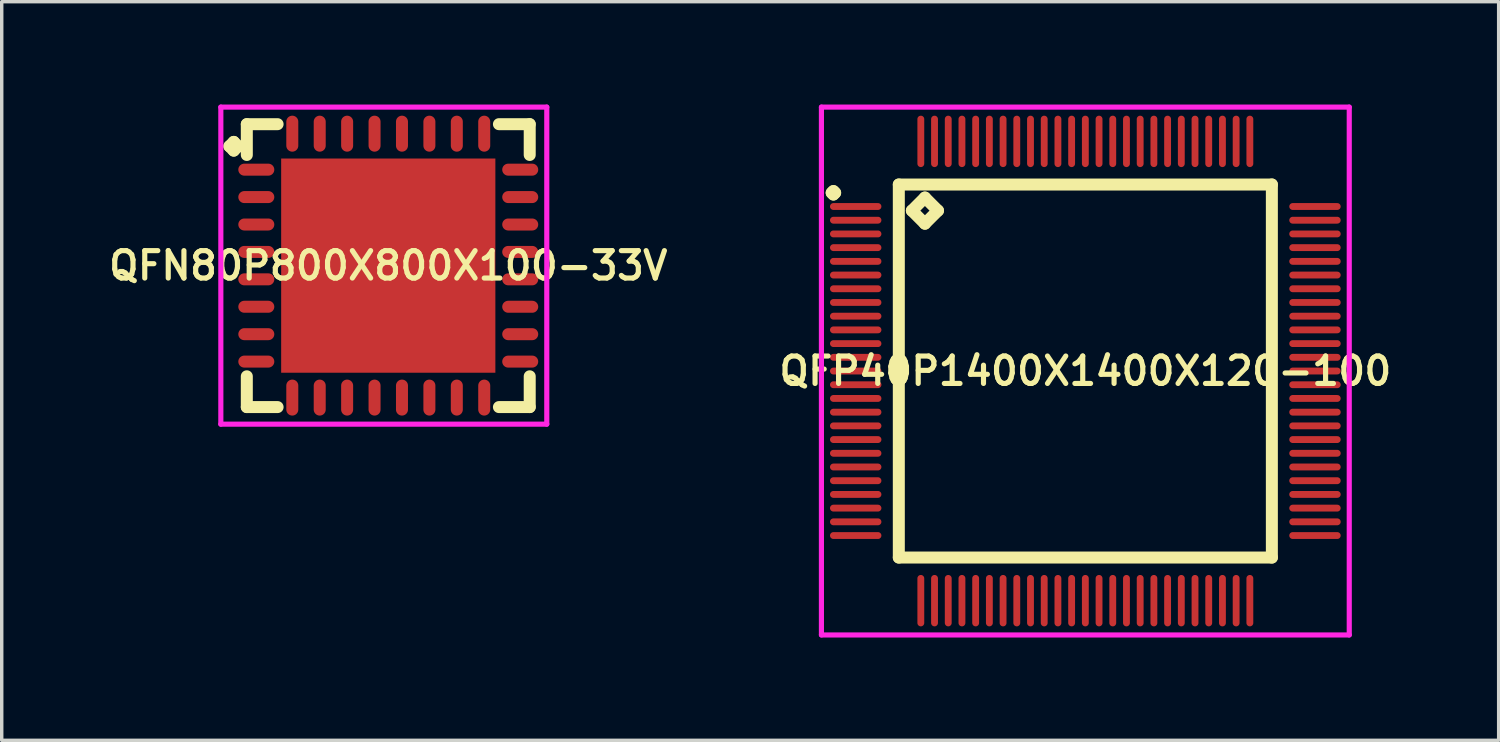
<source format=kicad_pcb>
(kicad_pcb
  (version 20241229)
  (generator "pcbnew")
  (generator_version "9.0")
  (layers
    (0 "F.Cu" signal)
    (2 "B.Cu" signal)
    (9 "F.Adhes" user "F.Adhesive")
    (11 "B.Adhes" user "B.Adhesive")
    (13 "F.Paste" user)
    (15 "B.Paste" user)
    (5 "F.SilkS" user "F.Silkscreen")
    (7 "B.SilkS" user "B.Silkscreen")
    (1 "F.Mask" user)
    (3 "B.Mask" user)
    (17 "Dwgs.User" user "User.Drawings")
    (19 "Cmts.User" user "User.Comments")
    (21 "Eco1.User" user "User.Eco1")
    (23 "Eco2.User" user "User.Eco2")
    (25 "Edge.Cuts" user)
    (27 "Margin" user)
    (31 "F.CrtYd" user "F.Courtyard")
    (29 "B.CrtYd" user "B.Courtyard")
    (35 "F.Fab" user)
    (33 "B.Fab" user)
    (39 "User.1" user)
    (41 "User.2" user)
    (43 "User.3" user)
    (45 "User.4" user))
  (footprint "QFN80P800X800X100-33V"
    (layer "F.Cu")
    (at 8.278 4.7)
    (property "Reference" "QFN80P800X800X100-33V" (at 0 0 0) (layer "F.SilkS") (effects (font (size 0.8 0.8) (thickness 0.15))))
    (attr smd)
    (fp_line (start -4.635 -3.483) (end -4.508 -3.61) (stroke (width 0.35) (type solid)) (layer "F.SilkS"))
    (fp_line (start -4.508 -3.61) (end -4.381 -3.483) (stroke (width 0.35) (type solid)) (layer "F.SilkS"))
    (fp_line (start -4.508 -3.356) (end -4.635 -3.483) (stroke (width 0.35) (type solid)) (layer "F.SilkS"))
    (fp_line (start -4.381 -3.483) (end -4.508 -3.356) (stroke (width 0.35) (type solid)) (layer "F.SilkS"))
    (fp_line (start -4.127 -4.127) (end -3.229 -4.127) (stroke (width 0.35) (type solid)) (layer "F.SilkS"))
    (fp_line (start -4.127 -3.229) (end -4.127 -4.127) (stroke (width 0.35) (type solid)) (layer "F.SilkS"))
    (fp_line (start -4.127 3.229) (end -4.127 4.127) (stroke (width 0.35) (type solid)) (layer "F.SilkS"))
    (fp_line (start -4.127 4.127) (end -3.229 4.127) (stroke (width 0.35) (type solid)) (layer "F.SilkS"))
    (fp_line (start 3.229 -4.127) (end 4.127 -4.127) (stroke (width 0.35) (type solid)) (layer "F.SilkS"))
    (fp_line (start 3.229 4.127) (end 4.127 4.127) (stroke (width 0.35) (type solid)) (layer "F.SilkS"))
    (fp_line (start 4.127 -4.127) (end 4.127 -3.229) (stroke (width 0.35) (type solid)) (layer "F.SilkS"))
    (fp_line (start 4.127 4.127) (end 4.127 3.229) (stroke (width 0.35) (type solid)) (layer "F.SilkS"))
    (fp_line (start -4.885 -4.625) (end 4.625 -4.625) (stroke (width 0.15) (type solid)) (layer "F.CrtYd"))
    (fp_line (start -4.885 4.625) (end -4.885 -4.625) (stroke (width 0.15) (type solid)) (layer "F.CrtYd"))
    (fp_line (start 4.625 -4.625) (end 4.625 4.625) (stroke (width 0.15) (type solid)) (layer "F.CrtYd"))
    (fp_line (start 4.625 4.625) (end -4.885 4.625) (stroke (width 0.15) (type solid)) (layer "F.CrtYd"))
    (pad "1" smd oval (at -3.85 -2.8) (size 1.05 0.35) (layers "F.Cu" "F.Mask" "F.Paste"))
    (pad "2" smd oval (at -3.85 -2) (size 1.05 0.35) (layers "F.Cu" "F.Mask" "F.Paste"))
    (pad "3" smd oval (at -3.85 -1.2) (size 1.05 0.35) (layers "F.Cu" "F.Mask" "F.Paste"))
    (pad "4" smd oval (at -3.85 -0.4) (size 1.05 0.35) (layers "F.Cu" "F.Mask" "F.Paste"))
    (pad "5" smd oval (at -3.85 0.4) (size 1.05 0.35) (layers "F.Cu" "F.Mask" "F.Paste"))
    (pad "6" smd oval (at -3.85 1.2) (size 1.05 0.35) (layers "F.Cu" "F.Mask" "F.Paste"))
    (pad "7" smd oval (at -3.85 2) (size 1.05 0.35) (layers "F.Cu" "F.Mask" "F.Paste"))
    (pad "8" smd oval (at -3.85 2.8) (size 1.05 0.35) (layers "F.Cu" "F.Mask" "F.Paste"))
    (pad "9" smd oval (at -2.8 3.85) (size 0.35 1.05) (layers "F.Cu" "F.Mask" "F.Paste"))
    (pad "10" smd oval (at -2 3.85) (size 0.35 1.05) (layers "F.Cu" "F.Mask" "F.Paste"))
    (pad "11" smd oval (at -1.2 3.85) (size 0.35 1.05) (layers "F.Cu" "F.Mask" "F.Paste"))
    (pad "12" smd oval (at -0.4 3.85) (size 0.35 1.05) (layers "F.Cu" "F.Mask" "F.Paste"))
    (pad "13" smd oval (at 0.4 3.85) (size 0.35 1.05) (layers "F.Cu" "F.Mask" "F.Paste"))
    (pad "14" smd oval (at 1.2 3.85) (size 0.35 1.05) (layers "F.Cu" "F.Mask" "F.Paste"))
    (pad "15" smd oval (at 2 3.85) (size 0.35 1.05) (layers "F.Cu" "F.Mask" "F.Paste"))
    (pad "16" smd oval (at 2.8 3.85) (size 0.35 1.05) (layers "F.Cu" "F.Mask" "F.Paste"))
    (pad "17" smd oval (at 3.85 2.8) (size 1.05 0.35) (layers "F.Cu" "F.Mask" "F.Paste"))
    (pad "18" smd oval (at 3.85 2) (size 1.05 0.35) (layers "F.Cu" "F.Mask" "F.Paste"))
    (pad "19" smd oval (at 3.85 1.2) (size 1.05 0.35) (layers "F.Cu" "F.Mask" "F.Paste"))
    (pad "20" smd oval (at 3.85 0.4) (size 1.05 0.35) (layers "F.Cu" "F.Mask" "F.Paste"))
    (pad "21" smd oval (at 3.85 -0.4) (size 1.05 0.35) (layers "F.Cu" "F.Mask" "F.Paste"))
    (pad "22" smd oval (at 3.85 -1.2) (size 1.05 0.35) (layers "F.Cu" "F.Mask" "F.Paste"))
    (pad "23" smd oval (at 3.85 -2) (size 1.05 0.35) (layers "F.Cu" "F.Mask" "F.Paste"))
    (pad "24" smd oval (at 3.85 -2.8) (size 1.05 0.35) (layers "F.Cu" "F.Mask" "F.Paste"))
    (pad "25" smd oval (at 2.8 -3.85) (size 0.35 1.05) (layers "F.Cu" "F.Mask" "F.Paste"))
    (pad "26" smd oval (at 2 -3.85) (size 0.35 1.05) (layers "F.Cu" "F.Mask" "F.Paste"))
    (pad "27" smd oval (at 1.2 -3.85) (size 0.35 1.05) (layers "F.Cu" "F.Mask" "F.Paste"))
    (pad "28" smd oval (at 0.4 -3.85) (size 0.35 1.05) (layers "F.Cu" "F.Mask" "F.Paste"))
    (pad "29" smd oval (at -0.4 -3.85) (size 0.35 1.05) (layers "F.Cu" "F.Mask" "F.Paste"))
    (pad "30" smd oval (at -1.2 -3.85) (size 0.35 1.05) (layers "F.Cu" "F.Mask" "F.Paste"))
    (pad "31" smd oval (at -2 -3.85) (size 0.35 1.05) (layers "F.Cu" "F.Mask" "F.Paste"))
    (pad "32" smd oval (at -2.8 -3.85) (size 0.35 1.05) (layers "F.Cu" "F.Mask" "F.Paste"))
    (pad "33" smd rect (at 0 0) (size 6.25 6.25) (layers "F.Cu" "F.Mask" "F.Paste")))
  (footprint "QFP40P1400X1400X120-100"
    (layer "F.Cu")
    (at 28.616 7.775)
    (property "Reference" "QFP40P1400X1400X120-100" (at 0 0 0) (layer "F.SilkS") (effects (font (size 0.8 0.8) (thickness 0.15))))
    (attr smd)
    (fp_line (start -7.4 -5.2) (end -7.35 -5.25) (stroke (width 0.35) (type solid)) (layer "F.SilkS"))
    (fp_line (start -7.35 -5.25) (end -7.3 -5.2) (stroke (width 0.35) (type solid)) (layer "F.SilkS"))
    (fp_line (start -7.35 -5.15) (end -7.4 -5.2) (stroke (width 0.35) (type solid)) (layer "F.SilkS"))
    (fp_line (start -7.3 -5.2) (end -7.35 -5.15) (stroke (width 0.35) (type solid)) (layer "F.SilkS"))
    (fp_line (start -5.442 -5.442) (end -5.442 5.442) (stroke (width 0.35) (type solid)) (layer "F.SilkS"))
    (fp_line (start -5.442 5.442) (end 5.442 5.442) (stroke (width 0.35) (type solid)) (layer "F.SilkS"))
    (fp_line (start -5.061 -4.68) (end -4.68 -5.061) (stroke (width 0.35) (type solid)) (layer "F.SilkS"))
    (fp_line (start -4.68 -5.061) (end -4.299 -4.68) (stroke (width 0.35) (type solid)) (layer "F.SilkS"))
    (fp_line (start -4.68 -4.299) (end -5.061 -4.68) (stroke (width 0.35) (type solid)) (layer "F.SilkS"))
    (fp_line (start -4.299 -4.68) (end -4.68 -4.299) (stroke (width 0.35) (type solid)) (layer "F.SilkS"))
    (fp_line (start 5.442 -5.442) (end -5.442 -5.442) (stroke (width 0.35) (type solid)) (layer "F.SilkS"))
    (fp_line (start 5.442 5.442) (end 5.442 -5.442) (stroke (width 0.35) (type solid)) (layer "F.SilkS"))
    (fp_line (start -7.7 -7.7) (end 7.7 -7.7) (stroke (width 0.15) (type solid)) (layer "F.CrtYd"))
    (fp_line (start -7.7 7.7) (end -7.7 -7.7) (stroke (width 0.15) (type solid)) (layer "F.CrtYd"))
    (fp_line (start 7.7 -7.7) (end 7.7 7.7) (stroke (width 0.15) (type solid)) (layer "F.CrtYd"))
    (fp_line (start 7.7 7.7) (end -7.7 7.7) (stroke (width 0.15) (type solid)) (layer "F.CrtYd"))
    (pad "1" smd oval (at -6.7 -4.8) (size 1.5 0.2) (layers "F.Cu" "F.Mask" "F.Paste"))
    (pad "2" smd oval (at -6.7 -4.4) (size 1.5 0.2) (layers "F.Cu" "F.Mask" "F.Paste"))
    (pad "3" smd oval (at -6.7 -4) (size 1.5 0.2) (layers "F.Cu" "F.Mask" "F.Paste"))
    (pad "4" smd oval (at -6.7 -3.6) (size 1.5 0.2) (layers "F.Cu" "F.Mask" "F.Paste"))
    (pad "5" smd oval (at -6.7 -3.2) (size 1.5 0.2) (layers "F.Cu" "F.Mask" "F.Paste"))
    (pad "6" smd oval (at -6.7 -2.8) (size 1.5 0.2) (layers "F.Cu" "F.Mask" "F.Paste"))
    (pad "7" smd oval (at -6.7 -2.4) (size 1.5 0.2) (layers "F.Cu" "F.Mask" "F.Paste"))
    (pad "8" smd oval (at -6.7 -2) (size 1.5 0.2) (layers "F.Cu" "F.Mask" "F.Paste"))
    (pad "9" smd oval (at -6.7 -1.6) (size 1.5 0.2) (layers "F.Cu" "F.Mask" "F.Paste"))
    (pad "10" smd oval (at -6.7 -1.2) (size 1.5 0.2) (layers "F.Cu" "F.Mask" "F.Paste"))
    (pad "11" smd oval (at -6.7 -0.8) (size 1.5 0.2) (layers "F.Cu" "F.Mask" "F.Paste"))
    (pad "12" smd oval (at -6.7 -0.4) (size 1.5 0.2) (layers "F.Cu" "F.Mask" "F.Paste"))
    (pad "13" smd oval (at -6.7 0) (size 1.5 0.2) (layers "F.Cu" "F.Mask" "F.Paste"))
    (pad "14" smd oval (at -6.7 0.4) (size 1.5 0.2) (layers "F.Cu" "F.Mask" "F.Paste"))
    (pad "15" smd oval (at -6.7 0.8) (size 1.5 0.2) (layers "F.Cu" "F.Mask" "F.Paste"))
    (pad "16" smd oval (at -6.7 1.2) (size 1.5 0.2) (layers "F.Cu" "F.Mask" "F.Paste"))
    (pad "17" smd oval (at -6.7 1.6) (size 1.5 0.2) (layers "F.Cu" "F.Mask" "F.Paste"))
    (pad "18" smd oval (at -6.7 2) (size 1.5 0.2) (layers "F.Cu" "F.Mask" "F.Paste"))
    (pad "19" smd oval (at -6.7 2.4) (size 1.5 0.2) (layers "F.Cu" "F.Mask" "F.Paste"))
    (pad "20" smd oval (at -6.7 2.8) (size 1.5 0.2) (layers "F.Cu" "F.Mask" "F.Paste"))
    (pad "21" smd oval (at -6.7 3.2) (size 1.5 0.2) (layers "F.Cu" "F.Mask" "F.Paste"))
    (pad "22" smd oval (at -6.7 3.6) (size 1.5 0.2) (layers "F.Cu" "F.Mask" "F.Paste"))
    (pad "23" smd oval (at -6.7 4) (size 1.5 0.2) (layers "F.Cu" "F.Mask" "F.Paste"))
    (pad "24" smd oval (at -6.7 4.4) (size 1.5 0.2) (layers "F.Cu" "F.Mask" "F.Paste"))
    (pad "25" smd oval (at -6.7 4.8) (size 1.5 0.2) (layers "F.Cu" "F.Mask" "F.Paste"))
    (pad "26" smd oval (at -4.8 6.7) (size 0.2 1.5) (layers "F.Cu" "F.Mask" "F.Paste"))
    (pad "27" smd oval (at -4.4 6.7) (size 0.2 1.5) (layers "F.Cu" "F.Mask" "F.Paste"))
    (pad "28" smd oval (at -4 6.7) (size 0.2 1.5) (layers "F.Cu" "F.Mask" "F.Paste"))
    (pad "29" smd oval (at -3.6 6.7) (size 0.2 1.5) (layers "F.Cu" "F.Mask" "F.Paste"))
    (pad "30" smd oval (at -3.2 6.7) (size 0.2 1.5) (layers "F.Cu" "F.Mask" "F.Paste"))
    (pad "31" smd oval (at -2.8 6.7) (size 0.2 1.5) (layers "F.Cu" "F.Mask" "F.Paste"))
    (pad "32" smd oval (at -2.4 6.7) (size 0.2 1.5) (layers "F.Cu" "F.Mask" "F.Paste"))
    (pad "33" smd oval (at -2 6.7) (size 0.2 1.5) (layers "F.Cu" "F.Mask" "F.Paste"))
    (pad "34" smd oval (at -1.6 6.7) (size 0.2 1.5) (layers "F.Cu" "F.Mask" "F.Paste"))
    (pad "35" smd oval (at -1.2 6.7) (size 0.2 1.5) (layers "F.Cu" "F.Mask" "F.Paste"))
    (pad "36" smd oval (at -0.8 6.7) (size 0.2 1.5) (layers "F.Cu" "F.Mask" "F.Paste"))
    (pad "37" smd oval (at -0.4 6.7) (size 0.2 1.5) (layers "F.Cu" "F.Mask" "F.Paste"))
    (pad "38" smd oval (at 0 6.7) (size 0.2 1.5) (layers "F.Cu" "F.Mask" "F.Paste"))
    (pad "39" smd oval (at 0.4 6.7) (size 0.2 1.5) (layers "F.Cu" "F.Mask" "F.Paste"))
    (pad "40" smd oval (at 0.8 6.7) (size 0.2 1.5) (layers "F.Cu" "F.Mask" "F.Paste"))
    (pad "41" smd oval (at 1.2 6.7) (size 0.2 1.5) (layers "F.Cu" "F.Mask" "F.Paste"))
    (pad "42" smd oval (at 1.6 6.7) (size 0.2 1.5) (layers "F.Cu" "F.Mask" "F.Paste"))
    (pad "43" smd oval (at 2 6.7) (size 0.2 1.5) (layers "F.Cu" "F.Mask" "F.Paste"))
    (pad "44" smd oval (at 2.4 6.7) (size 0.2 1.5) (layers "F.Cu" "F.Mask" "F.Paste"))
    (pad "45" smd oval (at 2.8 6.7) (size 0.2 1.5) (layers "F.Cu" "F.Mask" "F.Paste"))
    (pad "46" smd oval (at 3.2 6.7) (size 0.2 1.5) (layers "F.Cu" "F.Mask" "F.Paste"))
    (pad "47" smd oval (at 3.6 6.7) (size 0.2 1.5) (layers "F.Cu" "F.Mask" "F.Paste"))
    (pad "48" smd oval (at 4 6.7) (size 0.2 1.5) (layers "F.Cu" "F.Mask" "F.Paste"))
    (pad "49" smd oval (at 4.4 6.7) (size 0.2 1.5) (layers "F.Cu" "F.Mask" "F.Paste"))
    (pad "50" smd oval (at 4.8 6.7) (size 0.2 1.5) (layers "F.Cu" "F.Mask" "F.Paste"))
    (pad "51" smd oval (at 6.7 4.8) (size 1.5 0.2) (layers "F.Cu" "F.Mask" "F.Paste"))
    (pad "52" smd oval (at 6.7 4.4) (size 1.5 0.2) (layers "F.Cu" "F.Mask" "F.Paste"))
    (pad "53" smd oval (at 6.7 4) (size 1.5 0.2) (layers "F.Cu" "F.Mask" "F.Paste"))
    (pad "54" smd oval (at 6.7 3.6) (size 1.5 0.2) (layers "F.Cu" "F.Mask" "F.Paste"))
    (pad "55" smd oval (at 6.7 3.2) (size 1.5 0.2) (layers "F.Cu" "F.Mask" "F.Paste"))
    (pad "56" smd oval (at 6.7 2.8) (size 1.5 0.2) (layers "F.Cu" "F.Mask" "F.Paste"))
    (pad "57" smd oval (at 6.7 2.4) (size 1.5 0.2) (layers "F.Cu" "F.Mask" "F.Paste"))
    (pad "58" smd oval (at 6.7 2) (size 1.5 0.2) (layers "F.Cu" "F.Mask" "F.Paste"))
    (pad "59" smd oval (at 6.7 1.6) (size 1.5 0.2) (layers "F.Cu" "F.Mask" "F.Paste"))
    (pad "60" smd oval (at 6.7 1.2) (size 1.5 0.2) (layers "F.Cu" "F.Mask" "F.Paste"))
    (pad "61" smd oval (at 6.7 0.8) (size 1.5 0.2) (layers "F.Cu" "F.Mask" "F.Paste"))
    (pad "62" smd oval (at 6.7 0.4) (size 1.5 0.2) (layers "F.Cu" "F.Mask" "F.Paste"))
    (pad "63" smd oval (at 6.7 0) (size 1.5 0.2) (layers "F.Cu" "F.Mask" "F.Paste"))
    (pad "64" smd oval (at 6.7 -0.4) (size 1.5 0.2) (layers "F.Cu" "F.Mask" "F.Paste"))
    (pad "65" smd oval (at 6.7 -0.8) (size 1.5 0.2) (layers "F.Cu" "F.Mask" "F.Paste"))
    (pad "66" smd oval (at 6.7 -1.2) (size 1.5 0.2) (layers "F.Cu" "F.Mask" "F.Paste"))
    (pad "67" smd oval (at 6.7 -1.6) (size 1.5 0.2) (layers "F.Cu" "F.Mask" "F.Paste"))
    (pad "68" smd oval (at 6.7 -2) (size 1.5 0.2) (layers "F.Cu" "F.Mask" "F.Paste"))
    (pad "69" smd oval (at 6.7 -2.4) (size 1.5 0.2) (layers "F.Cu" "F.Mask" "F.Paste"))
    (pad "70" smd oval (at 6.7 -2.8) (size 1.5 0.2) (layers "F.Cu" "F.Mask" "F.Paste"))
    (pad "71" smd oval (at 6.7 -3.2) (size 1.5 0.2) (layers "F.Cu" "F.Mask" "F.Paste"))
    (pad "72" smd oval (at 6.7 -3.6) (size 1.5 0.2) (layers "F.Cu" "F.Mask" "F.Paste"))
    (pad "73" smd oval (at 6.7 -4) (size 1.5 0.2) (layers "F.Cu" "F.Mask" "F.Paste"))
    (pad "74" smd oval (at 6.7 -4.4) (size 1.5 0.2) (layers "F.Cu" "F.Mask" "F.Paste"))
    (pad "75" smd oval (at 6.7 -4.8) (size 1.5 0.2) (layers "F.Cu" "F.Mask" "F.Paste"))
    (pad "76" smd oval (at 4.8 -6.7) (size 0.2 1.5) (layers "F.Cu" "F.Mask" "F.Paste"))
    (pad "77" smd oval (at 4.4 -6.7) (size 0.2 1.5) (layers "F.Cu" "F.Mask" "F.Paste"))
    (pad "78" smd oval (at 4 -6.7) (size 0.2 1.5) (layers "F.Cu" "F.Mask" "F.Paste"))
    (pad "79" smd oval (at 3.6 -6.7) (size 0.2 1.5) (layers "F.Cu" "F.Mask" "F.Paste"))
    (pad "80" smd oval (at 3.2 -6.7) (size 0.2 1.5) (layers "F.Cu" "F.Mask" "F.Paste"))
    (pad "81" smd oval (at 2.8 -6.7) (size 0.2 1.5) (layers "F.Cu" "F.Mask" "F.Paste"))
    (pad "82" smd oval (at 2.4 -6.7) (size 0.2 1.5) (layers "F.Cu" "F.Mask" "F.Paste"))
    (pad "83" smd oval (at 2 -6.7) (size 0.2 1.5) (layers "F.Cu" "F.Mask" "F.Paste"))
    (pad "84" smd oval (at 1.6 -6.7) (size 0.2 1.5) (layers "F.Cu" "F.Mask" "F.Paste"))
    (pad "85" smd oval (at 1.2 -6.7) (size 0.2 1.5) (layers "F.Cu" "F.Mask" "F.Paste"))
    (pad "86" smd oval (at 0.8 -6.7) (size 0.2 1.5) (layers "F.Cu" "F.Mask" "F.Paste"))
    (pad "87" smd oval (at 0.4 -6.7) (size 0.2 1.5) (layers "F.Cu" "F.Mask" "F.Paste"))
    (pad "88" smd oval (at 0 -6.7) (size 0.2 1.5) (layers "F.Cu" "F.Mask" "F.Paste"))
    (pad "89" smd oval (at -0.4 -6.7) (size 0.2 1.5) (layers "F.Cu" "F.Mask" "F.Paste"))
    (pad "90" smd oval (at -0.8 -6.7) (size 0.2 1.5) (layers "F.Cu" "F.Mask" "F.Paste"))
    (pad "91" smd oval (at -1.2 -6.7) (size 0.2 1.5) (layers "F.Cu" "F.Mask" "F.Paste"))
    (pad "92" smd oval (at -1.6 -6.7) (size 0.2 1.5) (layers "F.Cu" "F.Mask" "F.Paste"))
    (pad "93" smd oval (at -2 -6.7) (size 0.2 1.5) (layers "F.Cu" "F.Mask" "F.Paste"))
    (pad "94" smd oval (at -2.4 -6.7) (size 0.2 1.5) (layers "F.Cu" "F.Mask" "F.Paste"))
    (pad "95" smd oval (at -2.8 -6.7) (size 0.2 1.5) (layers "F.Cu" "F.Mask" "F.Paste"))
    (pad "96" smd oval (at -3.2 -6.7) (size 0.2 1.5) (layers "F.Cu" "F.Mask" "F.Paste"))
    (pad "97" smd oval (at -3.6 -6.7) (size 0.2 1.5) (layers "F.Cu" "F.Mask" "F.Paste"))
    (pad "98" smd oval (at -4 -6.7) (size 0.2 1.5) (layers "F.Cu" "F.Mask" "F.Paste"))
    (pad "99" smd oval (at -4.4 -6.7) (size 0.2 1.5) (layers "F.Cu" "F.Mask" "F.Paste"))
    (pad "100" smd oval (at -4.8 -6.7) (size 0.2 1.5) (layers "F.Cu" "F.Mask" "F.Paste")))
  (gr_rect
    (start -3 -3)
    (end 40.675 18.55)
    (stroke (width 0.1) (type default))
    (fill no)
    (layer "Edge.Cuts")))
</source>
